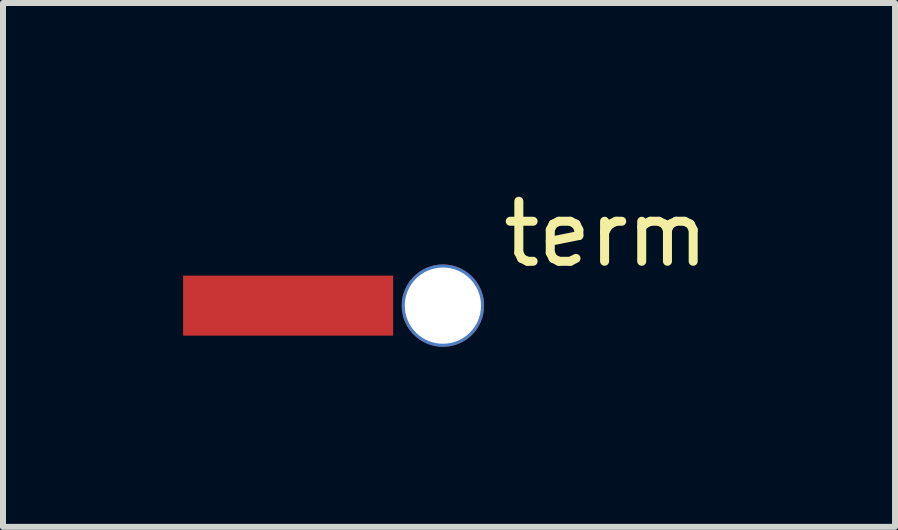
<source format=kicad_pcb>
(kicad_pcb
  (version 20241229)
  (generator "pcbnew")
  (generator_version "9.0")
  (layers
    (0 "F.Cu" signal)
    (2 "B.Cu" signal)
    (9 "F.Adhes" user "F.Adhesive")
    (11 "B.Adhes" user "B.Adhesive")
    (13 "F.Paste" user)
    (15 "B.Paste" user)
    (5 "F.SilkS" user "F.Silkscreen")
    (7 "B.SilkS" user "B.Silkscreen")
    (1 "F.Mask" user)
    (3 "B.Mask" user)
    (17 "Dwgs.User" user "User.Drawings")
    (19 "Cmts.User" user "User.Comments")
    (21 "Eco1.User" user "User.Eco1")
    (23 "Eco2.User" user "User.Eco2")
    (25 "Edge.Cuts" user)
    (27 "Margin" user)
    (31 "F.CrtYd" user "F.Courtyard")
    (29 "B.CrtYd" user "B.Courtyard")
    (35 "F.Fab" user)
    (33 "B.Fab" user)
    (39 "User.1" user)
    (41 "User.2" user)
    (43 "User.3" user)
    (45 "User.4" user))
  (footprint "term"
    (layer "F.Cu")
    (at 1.753 2.042)
    (property "Reference" "term" (at 5.293 -1.194 0) (layer "F.SilkS") (effects (font (size 1 1) (thickness 0.15))))
    (attr through_hole)
    (pad "1" smd rect (at -0.003 0) (size 3.5 1) (layers "F.Cu" "F.Mask" "F.Paste"))
    (pad "e" thru_hole circle (at 2.576 0) (size 1.372 1.372) (drill 1.27) (layers "*.Cu" "*.Mask")))
  (gr_rect
    (start -3 -3)
    (end 11.861 5.728)
    (stroke (width 0.1) (type default))
    (fill no)
    (layer "Edge.Cuts")))
</source>
